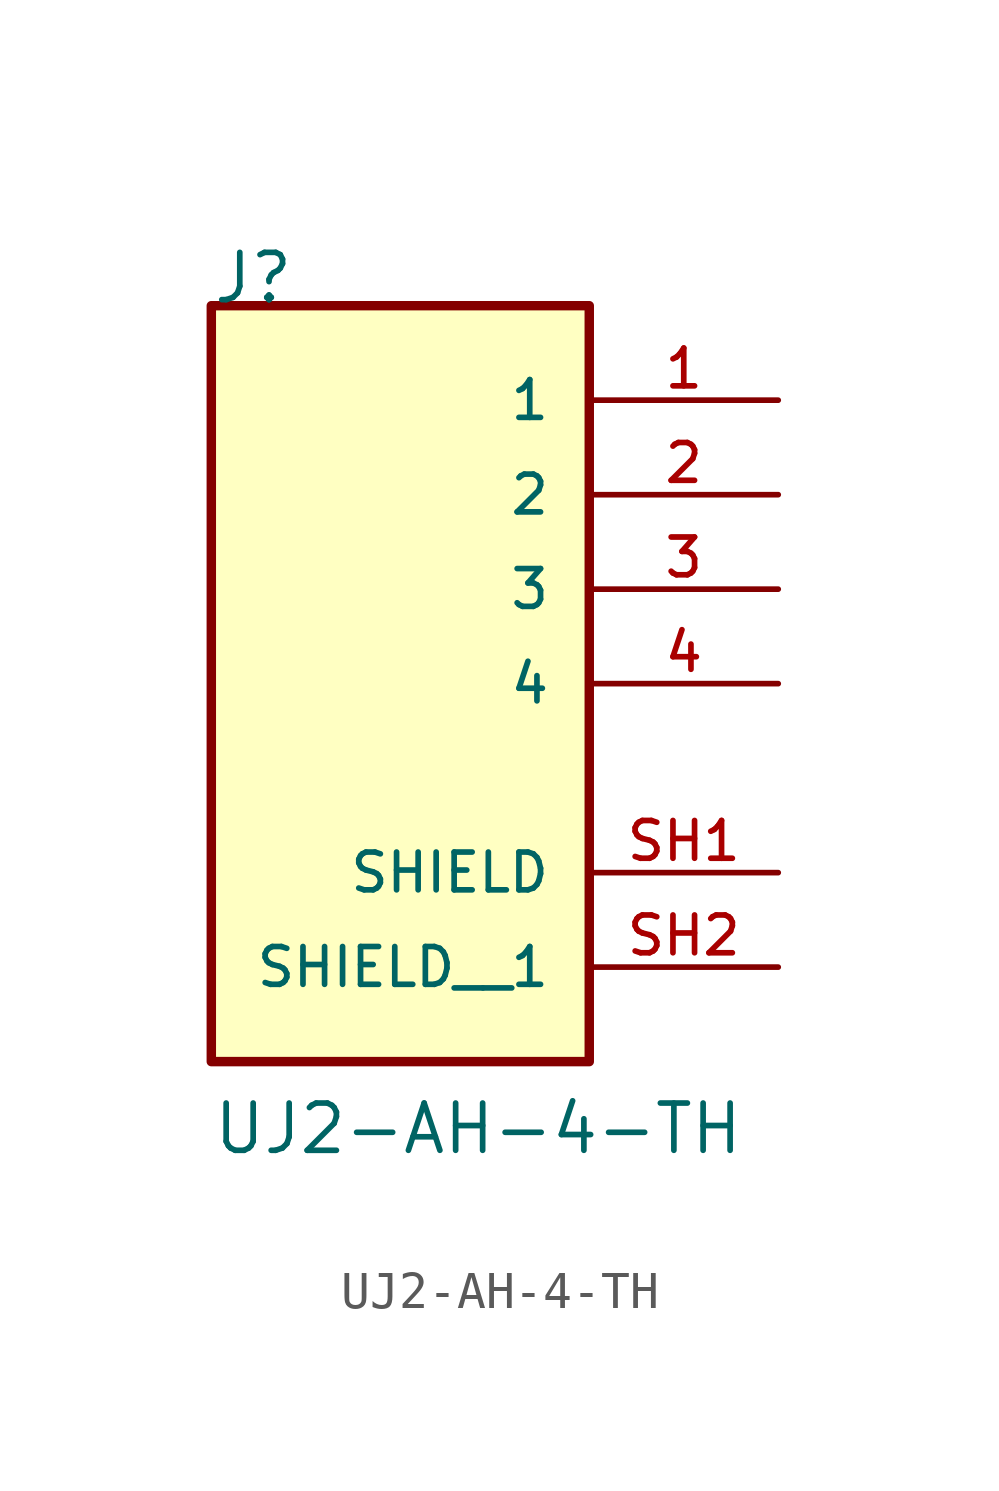
<source format=kicad_sym>
(kicad_symbol_lib
  (version 20211014)
  (generator kicad_symbol_editor)
  (symbol "UJ2-AH-4-TH"
    (pin_names
      (offset 1.016))
    (property "Reference" "J"
      (at -5.08 7.62 0)
      (effects (font (size 1.27 1.27)) (justify bottom left)))
    (property "Value" "UJ2-AH-4-TH"
      (at -5.083 -15.247 0)
      (effects (font (size 1.27 1.27)) (justify bottom left)))
    (symbol "UJ2-AH-4-TH_0_0"
      (rectangle (start -5.08 -12.7) (end 5.08 7.62) (stroke (width 0.254)) (fill (type background)))
      (pin passive line (at 10.16 5.08 180.0) (length 5.08) (name "1" (effects (font (size 1.016 1.016)))) (number "1" (effects (font (size 1.016 1.016)))))
      (pin passive line (at 10.16 2.54 180.0) (length 5.08) (name "2" (effects (font (size 1.016 1.016)))) (number "2" (effects (font (size 1.016 1.016)))))
      (pin passive line (at 10.16 0.0 180.0) (length 5.08) (name "3" (effects (font (size 1.016 1.016)))) (number "3" (effects (font (size 1.016 1.016)))))
      (pin passive line (at 10.16 -2.54 180.0) (length 5.08) (name "4" (effects (font (size 1.016 1.016)))) (number "4" (effects (font (size 1.016 1.016)))))
      (pin passive line (at 10.16 -7.62 180.0) (length 5.08) (name "SHIELD" (effects (font (size 1.016 1.016)))) (number "SH1" (effects (font (size 1.016 1.016)))))
      (pin passive line (at 10.16 -10.16 180.0) (length 5.08) (name "SHIELD__1" (effects (font (size 1.016 1.016)))) (number "SH2" (effects (font (size 1.016 1.016))))))))
</source>
